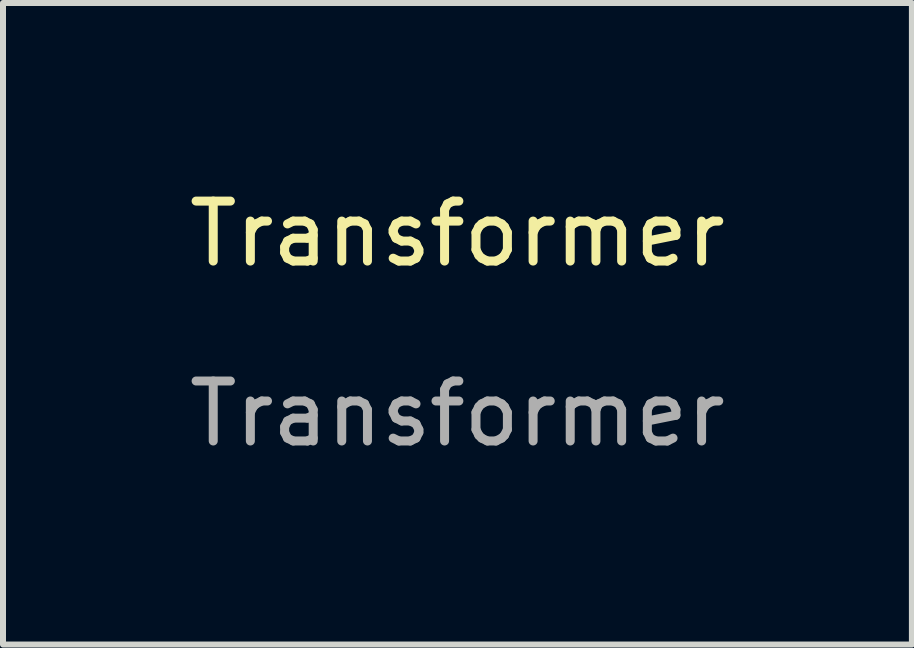
<source format=kicad_pcb>
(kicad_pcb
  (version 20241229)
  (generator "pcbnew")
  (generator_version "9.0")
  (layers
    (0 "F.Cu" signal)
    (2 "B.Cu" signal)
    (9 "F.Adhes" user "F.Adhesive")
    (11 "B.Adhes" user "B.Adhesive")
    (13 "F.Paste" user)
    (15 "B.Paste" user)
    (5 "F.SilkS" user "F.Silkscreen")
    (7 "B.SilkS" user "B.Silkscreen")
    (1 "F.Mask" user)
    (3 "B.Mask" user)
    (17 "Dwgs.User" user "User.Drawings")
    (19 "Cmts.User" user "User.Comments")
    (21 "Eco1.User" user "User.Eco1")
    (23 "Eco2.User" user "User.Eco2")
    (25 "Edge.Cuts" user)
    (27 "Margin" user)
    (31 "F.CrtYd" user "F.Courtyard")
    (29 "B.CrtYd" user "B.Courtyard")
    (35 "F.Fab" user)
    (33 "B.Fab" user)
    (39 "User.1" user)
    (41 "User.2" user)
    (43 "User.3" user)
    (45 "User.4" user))
  (footprint "Transformer"
    (layer "F.Cu")
    (at 4.577 1.348)
    (property "Reference" "Transformer" (at 0 -0.5 0) (unlocked yes) (layer "F.SilkS") (effects (font (size 1 1) (thickness 0.15))))
    (attr smd)
    (fp_text user "${REFERENCE}" (at 0 2.5 0) (unlocked yes) (layer "F.Fab") (effects (font (size 1 1) (thickness 0.15)))))
  (gr_rect
    (start -3 -3)
    (end 12.155 7.697)
    (stroke (width 0.1) (type default))
    (fill no)
    (layer "Edge.Cuts")))
</source>
